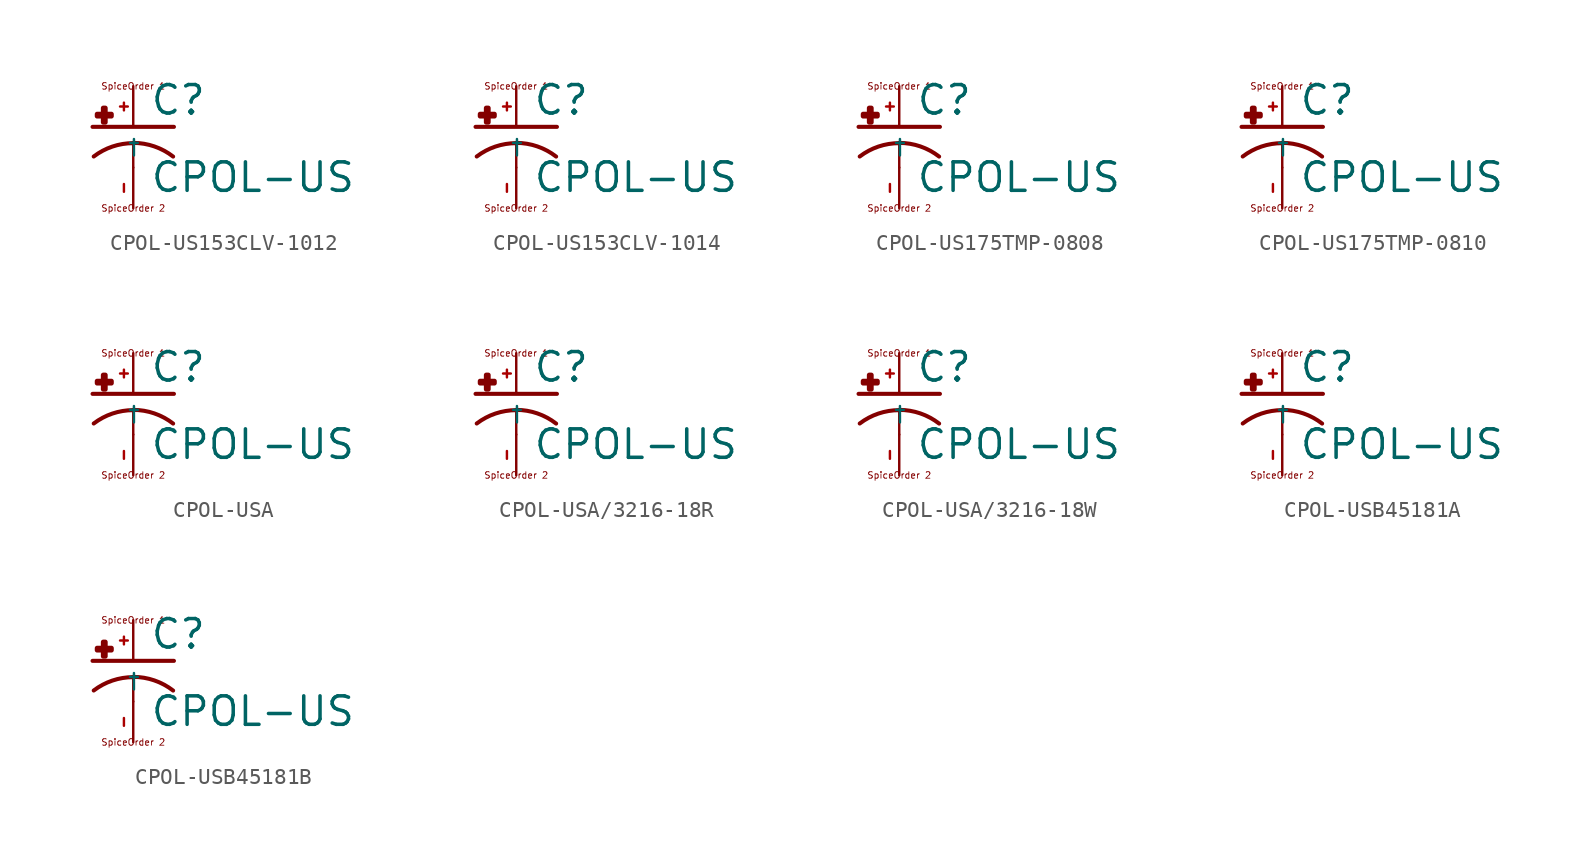
<source format=kicad_sym>
(kicad_symbol_lib
  (version 20220914)
  (generator Eagle2Kicad)
  (symbol "CPOL-US153CLV-1012"
    (property "Reference" "C"
      (at 1.016 0.635 0)
      (effects (font (size 1.778 1.778) (thickness 0.22)) (justify left bottom)))
    (property "Value" "CPOL-US"
      (at 1.016 -4.191 0)
      (effects (font (size 1.778 1.778) (thickness 0.22)) (justify left bottom)))
    (polyline
      (pts (xy -2.54 0) (xy 2.54 0))
      (stroke (width 0.254) (type default))
      (fill (type none)))
    (polyline
      (pts (xy 0 -1.016) (xy 0 -2.54))
      (stroke (width 0.152) (type default))
      (fill (type none)))
    (arc
      (start 2.4892 -1.8542)
      (mid 1.316 -1.220)
      (end 0 -1)
      (stroke (width 0.254) (type default))
      (fill (type none)))
    (arc
      (start 0 -1.0161)
      (mid -1.302 -1.230)
      (end -2.4669 -1.8504)
      (stroke (width 0.254) (type default))
      (fill (type none)))
    (text "SpiceOrder 1"
      (at 0 2.54 0)
      (effects (font (size 0.406 0.406) (thickness 0.05))))
    (text "SpiceOrder 2"
      (at 0 -5.08 0)
      (effects (font (size 0.406 0.406) (thickness 0.05))))
    (rectangle
      (start -2.253 0.668)
      (end -1.364 0.795)
      (stroke (width 0.3) (type default))
      (fill (type outline)))
    (rectangle
      (start -1.872 0.287)
      (end -1.745 1.176)
      (stroke (width 0.3) (type default))
      (fill (type outline)))
    (pin passive line
      (at 0 2.54 270)
      (length 2.54)
      (name "+" (effects (font (size 0.635 0.635) (thickness 0.08)) (justify left bottom)))
      (number "+" (effects (font (size 0.635 0.635) (thickness 0.08)) (justify left bottom))))
    (pin passive line
      (at 0 -5.08 90)
      (length 2.54)
      (name "-" (effects (font (size 0.635 0.635) (thickness 0.08)) (justify left bottom)))
      (number "-" (effects (font (size 0.635 0.635) (thickness 0.08)) (justify left bottom)))))
  (symbol "CPOL-US153CLV-1014"
    (property "Reference" "C"
      (at 1.016 0.635 0)
      (effects (font (size 1.778 1.778) (thickness 0.22)) (justify left bottom)))
    (property "Value" "CPOL-US"
      (at 1.016 -4.191 0)
      (effects (font (size 1.778 1.778) (thickness 0.22)) (justify left bottom)))
    (polyline
      (pts (xy -2.54 0) (xy 2.54 0))
      (stroke (width 0.254) (type default))
      (fill (type none)))
    (polyline
      (pts (xy 0 -1.016) (xy 0 -2.54))
      (stroke (width 0.152) (type default))
      (fill (type none)))
    (arc
      (start 2.4892 -1.8542)
      (mid 1.316 -1.220)
      (end 0 -1)
      (stroke (width 0.254) (type default))
      (fill (type none)))
    (arc
      (start 0 -1.0161)
      (mid -1.302 -1.230)
      (end -2.4669 -1.8504)
      (stroke (width 0.254) (type default))
      (fill (type none)))
    (text "SpiceOrder 1"
      (at 0 2.54 0)
      (effects (font (size 0.406 0.406) (thickness 0.05))))
    (text "SpiceOrder 2"
      (at 0 -5.08 0)
      (effects (font (size 0.406 0.406) (thickness 0.05))))
    (rectangle
      (start -2.253 0.668)
      (end -1.364 0.795)
      (stroke (width 0.3) (type default))
      (fill (type outline)))
    (rectangle
      (start -1.872 0.287)
      (end -1.745 1.176)
      (stroke (width 0.3) (type default))
      (fill (type outline)))
    (pin passive line
      (at 0 2.54 270)
      (length 2.54)
      (name "+" (effects (font (size 0.635 0.635) (thickness 0.08)) (justify left bottom)))
      (number "+" (effects (font (size 0.635 0.635) (thickness 0.08)) (justify left bottom))))
    (pin passive line
      (at 0 -5.08 90)
      (length 2.54)
      (name "-" (effects (font (size 0.635 0.635) (thickness 0.08)) (justify left bottom)))
      (number "-" (effects (font (size 0.635 0.635) (thickness 0.08)) (justify left bottom)))))
  (symbol "CPOL-US175TMP-0808"
    (property "Reference" "C"
      (at 1.016 0.635 0)
      (effects (font (size 1.778 1.778) (thickness 0.22)) (justify left bottom)))
    (property "Value" "CPOL-US"
      (at 1.016 -4.191 0)
      (effects (font (size 1.778 1.778) (thickness 0.22)) (justify left bottom)))
    (polyline
      (pts (xy -2.54 0) (xy 2.54 0))
      (stroke (width 0.254) (type default))
      (fill (type none)))
    (polyline
      (pts (xy 0 -1.016) (xy 0 -2.54))
      (stroke (width 0.152) (type default))
      (fill (type none)))
    (arc
      (start 2.4892 -1.8542)
      (mid 1.316 -1.220)
      (end 0 -1)
      (stroke (width 0.254) (type default))
      (fill (type none)))
    (arc
      (start 0 -1.0161)
      (mid -1.302 -1.230)
      (end -2.4669 -1.8504)
      (stroke (width 0.254) (type default))
      (fill (type none)))
    (text "SpiceOrder 1"
      (at 0 2.54 0)
      (effects (font (size 0.406 0.406) (thickness 0.05))))
    (text "SpiceOrder 2"
      (at 0 -5.08 0)
      (effects (font (size 0.406 0.406) (thickness 0.05))))
    (rectangle
      (start -2.253 0.668)
      (end -1.364 0.795)
      (stroke (width 0.3) (type default))
      (fill (type outline)))
    (rectangle
      (start -1.872 0.287)
      (end -1.745 1.176)
      (stroke (width 0.3) (type default))
      (fill (type outline)))
    (pin passive line
      (at 0 2.54 270)
      (length 2.54)
      (name "+" (effects (font (size 0.635 0.635) (thickness 0.08)) (justify left bottom)))
      (number "+" (effects (font (size 0.635 0.635) (thickness 0.08)) (justify left bottom))))
    (pin passive line
      (at 0 -5.08 90)
      (length 2.54)
      (name "-" (effects (font (size 0.635 0.635) (thickness 0.08)) (justify left bottom)))
      (number "-" (effects (font (size 0.635 0.635) (thickness 0.08)) (justify left bottom)))))
  (symbol "CPOL-US175TMP-0810"
    (property "Reference" "C"
      (at 1.016 0.635 0)
      (effects (font (size 1.778 1.778) (thickness 0.22)) (justify left bottom)))
    (property "Value" "CPOL-US"
      (at 1.016 -4.191 0)
      (effects (font (size 1.778 1.778) (thickness 0.22)) (justify left bottom)))
    (polyline
      (pts (xy -2.54 0) (xy 2.54 0))
      (stroke (width 0.254) (type default))
      (fill (type none)))
    (polyline
      (pts (xy 0 -1.016) (xy 0 -2.54))
      (stroke (width 0.152) (type default))
      (fill (type none)))
    (arc
      (start 2.4892 -1.8542)
      (mid 1.316 -1.220)
      (end 0 -1)
      (stroke (width 0.254) (type default))
      (fill (type none)))
    (arc
      (start 0 -1.0161)
      (mid -1.302 -1.230)
      (end -2.4669 -1.8504)
      (stroke (width 0.254) (type default))
      (fill (type none)))
    (text "SpiceOrder 1"
      (at 0 2.54 0)
      (effects (font (size 0.406 0.406) (thickness 0.05))))
    (text "SpiceOrder 2"
      (at 0 -5.08 0)
      (effects (font (size 0.406 0.406) (thickness 0.05))))
    (rectangle
      (start -2.253 0.668)
      (end -1.364 0.795)
      (stroke (width 0.3) (type default))
      (fill (type outline)))
    (rectangle
      (start -1.872 0.287)
      (end -1.745 1.176)
      (stroke (width 0.3) (type default))
      (fill (type outline)))
    (pin passive line
      (at 0 2.54 270)
      (length 2.54)
      (name "+" (effects (font (size 0.635 0.635) (thickness 0.08)) (justify left bottom)))
      (number "+" (effects (font (size 0.635 0.635) (thickness 0.08)) (justify left bottom))))
    (pin passive line
      (at 0 -5.08 90)
      (length 2.54)
      (name "-" (effects (font (size 0.635 0.635) (thickness 0.08)) (justify left bottom)))
      (number "-" (effects (font (size 0.635 0.635) (thickness 0.08)) (justify left bottom)))))
  (symbol "CPOL-USA"
    (property "Reference" "C"
      (at 1.016 0.635 0)
      (effects (font (size 1.778 1.778) (thickness 0.22)) (justify left bottom)))
    (property "Value" "CPOL-US"
      (at 1.016 -4.191 0)
      (effects (font (size 1.778 1.778) (thickness 0.22)) (justify left bottom)))
    (polyline
      (pts (xy -2.54 0) (xy 2.54 0))
      (stroke (width 0.254) (type default))
      (fill (type none)))
    (polyline
      (pts (xy 0 -1.016) (xy 0 -2.54))
      (stroke (width 0.152) (type default))
      (fill (type none)))
    (arc
      (start 2.4892 -1.8542)
      (mid 1.316 -1.220)
      (end 0 -1)
      (stroke (width 0.254) (type default))
      (fill (type none)))
    (arc
      (start 0 -1.0161)
      (mid -1.302 -1.230)
      (end -2.4669 -1.8504)
      (stroke (width 0.254) (type default))
      (fill (type none)))
    (text "SpiceOrder 1"
      (at 0 2.54 0)
      (effects (font (size 0.406 0.406) (thickness 0.05))))
    (text "SpiceOrder 2"
      (at 0 -5.08 0)
      (effects (font (size 0.406 0.406) (thickness 0.05))))
    (rectangle
      (start -2.253 0.668)
      (end -1.364 0.795)
      (stroke (width 0.3) (type default))
      (fill (type outline)))
    (rectangle
      (start -1.872 0.287)
      (end -1.745 1.176)
      (stroke (width 0.3) (type default))
      (fill (type outline)))
    (pin passive line
      (at 0 2.54 270)
      (length 2.54)
      (name "+" (effects (font (size 0.635 0.635) (thickness 0.08)) (justify left bottom)))
      (number "+" (effects (font (size 0.635 0.635) (thickness 0.08)) (justify left bottom))))
    (pin passive line
      (at 0 -5.08 90)
      (length 2.54)
      (name "-" (effects (font (size 0.635 0.635) (thickness 0.08)) (justify left bottom)))
      (number "-" (effects (font (size 0.635 0.635) (thickness 0.08)) (justify left bottom)))))
  (symbol "CPOL-USA/3216-18R"
    (property "Reference" "C"
      (at 1.016 0.635 0)
      (effects (font (size 1.778 1.778) (thickness 0.22)) (justify left bottom)))
    (property "Value" "CPOL-US"
      (at 1.016 -4.191 0)
      (effects (font (size 1.778 1.778) (thickness 0.22)) (justify left bottom)))
    (polyline
      (pts (xy -2.54 0) (xy 2.54 0))
      (stroke (width 0.254) (type default))
      (fill (type none)))
    (polyline
      (pts (xy 0 -1.016) (xy 0 -2.54))
      (stroke (width 0.152) (type default))
      (fill (type none)))
    (arc
      (start 2.4892 -1.8542)
      (mid 1.316 -1.220)
      (end 0 -1)
      (stroke (width 0.254) (type default))
      (fill (type none)))
    (arc
      (start 0 -1.0161)
      (mid -1.302 -1.230)
      (end -2.4669 -1.8504)
      (stroke (width 0.254) (type default))
      (fill (type none)))
    (text "SpiceOrder 1"
      (at 0 2.54 0)
      (effects (font (size 0.406 0.406) (thickness 0.05))))
    (text "SpiceOrder 2"
      (at 0 -5.08 0)
      (effects (font (size 0.406 0.406) (thickness 0.05))))
    (rectangle
      (start -2.253 0.668)
      (end -1.364 0.795)
      (stroke (width 0.3) (type default))
      (fill (type outline)))
    (rectangle
      (start -1.872 0.287)
      (end -1.745 1.176)
      (stroke (width 0.3) (type default))
      (fill (type outline)))
    (pin passive line
      (at 0 2.54 270)
      (length 2.54)
      (name "+" (effects (font (size 0.635 0.635) (thickness 0.08)) (justify left bottom)))
      (number "+" (effects (font (size 0.635 0.635) (thickness 0.08)) (justify left bottom))))
    (pin passive line
      (at 0 -5.08 90)
      (length 2.54)
      (name "-" (effects (font (size 0.635 0.635) (thickness 0.08)) (justify left bottom)))
      (number "-" (effects (font (size 0.635 0.635) (thickness 0.08)) (justify left bottom)))))
  (symbol "CPOL-USA/3216-18W"
    (property "Reference" "C"
      (at 1.016 0.635 0)
      (effects (font (size 1.778 1.778) (thickness 0.22)) (justify left bottom)))
    (property "Value" "CPOL-US"
      (at 1.016 -4.191 0)
      (effects (font (size 1.778 1.778) (thickness 0.22)) (justify left bottom)))
    (polyline
      (pts (xy -2.54 0) (xy 2.54 0))
      (stroke (width 0.254) (type default))
      (fill (type none)))
    (polyline
      (pts (xy 0 -1.016) (xy 0 -2.54))
      (stroke (width 0.152) (type default))
      (fill (type none)))
    (arc
      (start 2.4892 -1.8542)
      (mid 1.316 -1.220)
      (end 0 -1)
      (stroke (width 0.254) (type default))
      (fill (type none)))
    (arc
      (start 0 -1.0161)
      (mid -1.302 -1.230)
      (end -2.4669 -1.8504)
      (stroke (width 0.254) (type default))
      (fill (type none)))
    (text "SpiceOrder 1"
      (at 0 2.54 0)
      (effects (font (size 0.406 0.406) (thickness 0.05))))
    (text "SpiceOrder 2"
      (at 0 -5.08 0)
      (effects (font (size 0.406 0.406) (thickness 0.05))))
    (rectangle
      (start -2.253 0.668)
      (end -1.364 0.795)
      (stroke (width 0.3) (type default))
      (fill (type outline)))
    (rectangle
      (start -1.872 0.287)
      (end -1.745 1.176)
      (stroke (width 0.3) (type default))
      (fill (type outline)))
    (pin passive line
      (at 0 2.54 270)
      (length 2.54)
      (name "+" (effects (font (size 0.635 0.635) (thickness 0.08)) (justify left bottom)))
      (number "+" (effects (font (size 0.635 0.635) (thickness 0.08)) (justify left bottom))))
    (pin passive line
      (at 0 -5.08 90)
      (length 2.54)
      (name "-" (effects (font (size 0.635 0.635) (thickness 0.08)) (justify left bottom)))
      (number "-" (effects (font (size 0.635 0.635) (thickness 0.08)) (justify left bottom)))))
  (symbol "CPOL-USB45181A"
    (property "Reference" "C"
      (at 1.016 0.635 0)
      (effects (font (size 1.778 1.778) (thickness 0.22)) (justify left bottom)))
    (property "Value" "CPOL-US"
      (at 1.016 -4.191 0)
      (effects (font (size 1.778 1.778) (thickness 0.22)) (justify left bottom)))
    (polyline
      (pts (xy -2.54 0) (xy 2.54 0))
      (stroke (width 0.254) (type default))
      (fill (type none)))
    (polyline
      (pts (xy 0 -1.016) (xy 0 -2.54))
      (stroke (width 0.152) (type default))
      (fill (type none)))
    (arc
      (start 2.4892 -1.8542)
      (mid 1.316 -1.220)
      (end 0 -1)
      (stroke (width 0.254) (type default))
      (fill (type none)))
    (arc
      (start 0 -1.0161)
      (mid -1.302 -1.230)
      (end -2.4669 -1.8504)
      (stroke (width 0.254) (type default))
      (fill (type none)))
    (text "SpiceOrder 1"
      (at 0 2.54 0)
      (effects (font (size 0.406 0.406) (thickness 0.05))))
    (text "SpiceOrder 2"
      (at 0 -5.08 0)
      (effects (font (size 0.406 0.406) (thickness 0.05))))
    (rectangle
      (start -2.253 0.668)
      (end -1.364 0.795)
      (stroke (width 0.3) (type default))
      (fill (type outline)))
    (rectangle
      (start -1.872 0.287)
      (end -1.745 1.176)
      (stroke (width 0.3) (type default))
      (fill (type outline)))
    (pin passive line
      (at 0 2.54 270)
      (length 2.54)
      (name "+" (effects (font (size 0.635 0.635) (thickness 0.08)) (justify left bottom)))
      (number "+" (effects (font (size 0.635 0.635) (thickness 0.08)) (justify left bottom))))
    (pin passive line
      (at 0 -5.08 90)
      (length 2.54)
      (name "-" (effects (font (size 0.635 0.635) (thickness 0.08)) (justify left bottom)))
      (number "-" (effects (font (size 0.635 0.635) (thickness 0.08)) (justify left bottom)))))
  (symbol "CPOL-USB45181B"
    (property "Reference" "C"
      (at 1.016 0.635 0)
      (effects (font (size 1.778 1.778) (thickness 0.22)) (justify left bottom)))
    (property "Value" "CPOL-US"
      (at 1.016 -4.191 0)
      (effects (font (size 1.778 1.778) (thickness 0.22)) (justify left bottom)))
    (polyline
      (pts (xy -2.54 0) (xy 2.54 0))
      (stroke (width 0.254) (type default))
      (fill (type none)))
    (polyline
      (pts (xy 0 -1.016) (xy 0 -2.54))
      (stroke (width 0.152) (type default))
      (fill (type none)))
    (arc
      (start 2.4892 -1.8542)
      (mid 1.316 -1.220)
      (end 0 -1)
      (stroke (width 0.254) (type default))
      (fill (type none)))
    (arc
      (start 0 -1.0161)
      (mid -1.302 -1.230)
      (end -2.4669 -1.8504)
      (stroke (width 0.254) (type default))
      (fill (type none)))
    (text "SpiceOrder 1"
      (at 0 2.54 0)
      (effects (font (size 0.406 0.406) (thickness 0.05))))
    (text "SpiceOrder 2"
      (at 0 -5.08 0)
      (effects (font (size 0.406 0.406) (thickness 0.05))))
    (rectangle
      (start -2.253 0.668)
      (end -1.364 0.795)
      (stroke (width 0.3) (type default))
      (fill (type outline)))
    (rectangle
      (start -1.872 0.287)
      (end -1.745 1.176)
      (stroke (width 0.3) (type default))
      (fill (type outline)))
    (pin passive line
      (at 0 2.54 270)
      (length 2.54)
      (name "+" (effects (font (size 0.635 0.635) (thickness 0.08)) (justify left bottom)))
      (number "+" (effects (font (size 0.635 0.635) (thickness 0.08)) (justify left bottom))))
    (pin passive line
      (at 0 -5.08 90)
      (length 2.54)
      (name "-" (effects (font (size 0.635 0.635) (thickness 0.08)) (justify left bottom)))
      (number "-" (effects (font (size 0.635 0.635) (thickness 0.08)) (justify left bottom))))))
</source>
